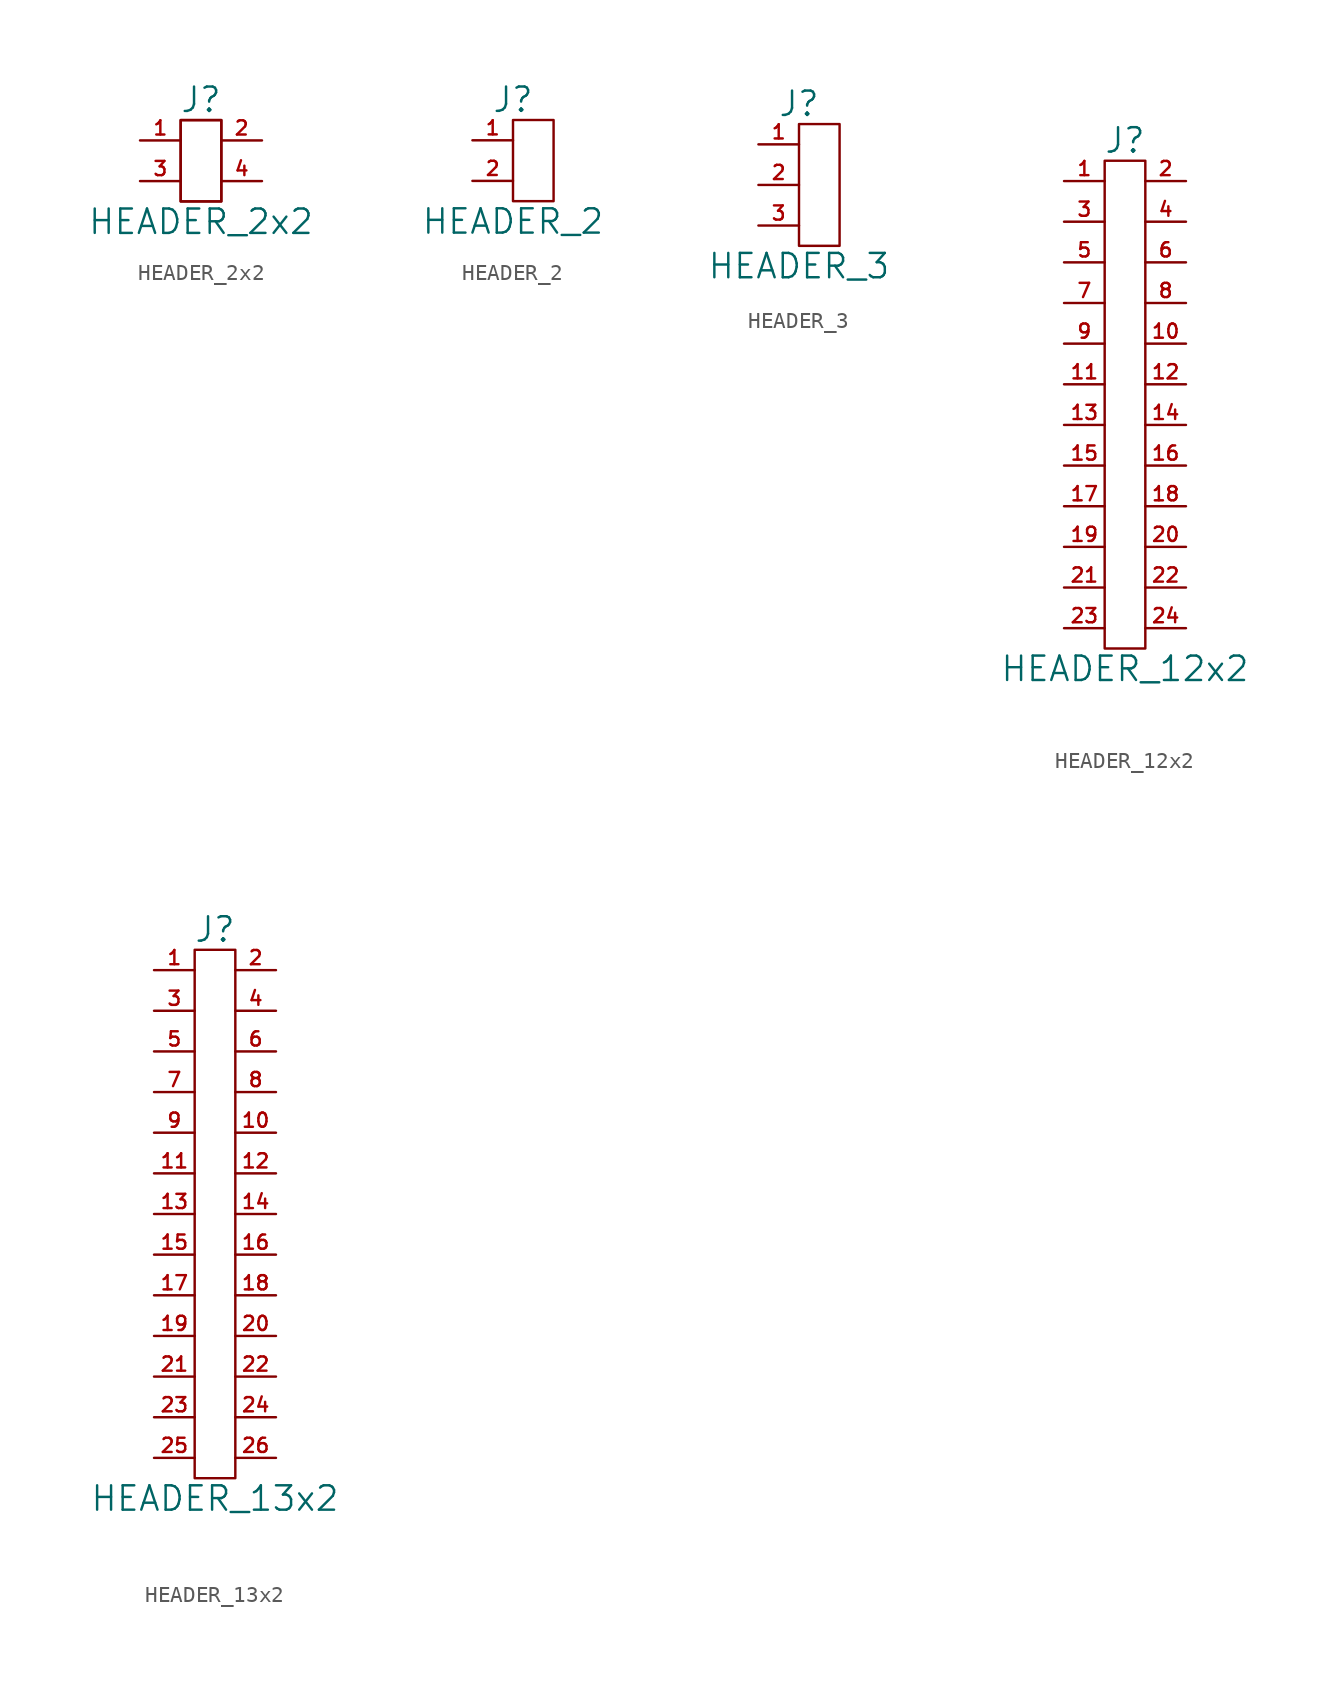
<source format=kicad_sym>
(kicad_symbol_lib
  (version 20211014)
  (generator kicad_symbol_editor)
  (symbol "HEADER_2x2"
    (pin_names
      (offset 0))
    (property "Reference" "J"
      (at 0 3.81 0)
      (effects (font (size 1.524 1.524))))
    (property "Value" "HEADER_2x2"
      (at 0 -3.81 0)
      (effects (font (size 1.524 1.524))))
    (property "Footprint" ""
      (at 0 0 0)
      (effects (font (size 1.524 1.524))))
    (property "Datasheet" ""
      (at 0 0 0)
      (effects (font (size 1.524 1.524))))
    (symbol "HEADER_2x2_0_1"
      (rectangle (start 1.27 2.54) (end -1.27 -2.54) (stroke (width 0) (type default) (color 0 0 0 0)) (fill (type none)))
      (rectangle (start 1.27 2.54) (end -1.27 -2.54) (stroke (width 0) (type default) (color 0 0 0 0)) (fill (type none))))
    (symbol "HEADER_2x2_1_1"
      (pin passive line (at -3.81 1.27 0) (length 2.54) (name "~" (effects (font (size 1.27 1.27)))) (number "1" (effects (font (size 0.889 0.889)))))
      (pin passive line (at 3.81 1.27 180) (length 2.54) (name "~" (effects (font (size 1.27 1.27)))) (number "2" (effects (font (size 0.889 0.889)))))
      (pin passive line (at -3.81 -1.27 0) (length 2.54) (name "~" (effects (font (size 1.27 1.27)))) (number "3" (effects (font (size 0.889 0.889)))))
      (pin passive line (at 3.81 -1.27 180) (length 2.54) (name "~" (effects (font (size 1.27 1.27)))) (number "4" (effects (font (size 0.889 0.889)))))))
  (symbol "HEADER_2"
    (pin_names
      (offset 0))
    (property "Reference" "J"
      (at 0 3.81 0)
      (effects (font (size 1.524 1.524))))
    (property "Value" "HEADER_2"
      (at 0 -3.81 0)
      (effects (font (size 1.524 1.524))))
    (property "Footprint" ""
      (at 0 0 0)
      (effects (font (size 1.524 1.524))))
    (property "Datasheet" ""
      (at 0 0 0)
      (effects (font (size 1.524 1.524))))
    (symbol "HEADER_2_0_1"
      (rectangle (start 2.54 2.54) (end 0 -2.54) (stroke (width 0) (type default) (color 0 0 0 0)) (fill (type none))))
    (symbol "HEADER_2_1_1"
      (pin passive line (at -2.54 1.27 0) (length 2.54) (name "~" (effects (font (size 1.27 1.27)))) (number "1" (effects (font (size 0.889 0.889)))))
      (pin passive line (at -2.54 -1.27 0) (length 2.54) (name "~" (effects (font (size 1.27 1.27)))) (number "2" (effects (font (size 0.889 0.889)))))))
  (symbol "HEADER_3"
    (pin_names
      (offset 0))
    (property "Reference" "J"
      (at 0 5.08 0)
      (effects (font (size 1.524 1.524))))
    (property "Value" "HEADER_3"
      (at 0 -5.08 0)
      (effects (font (size 1.524 1.524))))
    (property "Footprint" ""
      (at 0 0 0)
      (effects (font (size 1.524 1.524))))
    (property "Datasheet" ""
      (at 0 0 0)
      (effects (font (size 1.524 1.524))))
    (symbol "HEADER_3_0_1"
      (rectangle (start 2.54 3.81) (end 0 -3.81) (stroke (width 0) (type default) (color 0 0 0 0)) (fill (type none))))
    (symbol "HEADER_3_1_1"
      (pin passive line (at -2.54 2.54 0) (length 2.54) (name "~" (effects (font (size 1.27 1.27)))) (number "1" (effects (font (size 0.889 0.889)))))
      (pin passive line (at -2.54 0 0) (length 2.54) (name "~" (effects (font (size 1.27 1.27)))) (number "2" (effects (font (size 0.889 0.889)))))
      (pin passive line (at -2.54 -2.54 0) (length 2.54) (name "~" (effects (font (size 1.27 1.27)))) (number "3" (effects (font (size 0.889 0.889)))))))
  (symbol "HEADER_12x2"
    (pin_names
      (offset 0))
    (property "Reference" "J"
      (at 0 16.51 0)
      (effects (font (size 1.524 1.524))))
    (property "Value" "HEADER_12x2"
      (at 0 -16.51 0)
      (effects (font (size 1.524 1.524))))
    (property "Footprint" ""
      (at 0 -1.27 0)
      (effects (font (size 1.524 1.524))))
    (property "Datasheet" ""
      (at 0 -1.27 0)
      (effects (font (size 1.524 1.524))))
    (symbol "HEADER_12x2_0_1"
      (rectangle (start 1.27 -15.24) (end -1.27 15.24) (stroke (width 0) (type default) (color 0 0 0 0)) (fill (type none))))
    (symbol "HEADER_12x2_1_1"
      (pin passive line (at -3.81 13.97 0) (length 2.54) (name "~" (effects (font (size 0.889 0.889)))) (number "1" (effects (font (size 0.889 0.889)))))
      (pin passive line (at 3.81 3.81 180) (length 2.54) (name "~" (effects (font (size 1.27 1.27)))) (number "10" (effects (font (size 0.889 0.889)))))
      (pin passive line (at -3.81 1.27 0) (length 2.54) (name "~" (effects (font (size 1.27 1.27)))) (number "11" (effects (font (size 0.889 0.889)))))
      (pin passive line (at 3.81 1.27 180) (length 2.54) (name "~" (effects (font (size 1.27 1.27)))) (number "12" (effects (font (size 0.889 0.889)))))
      (pin passive line (at -3.81 -1.27 0) (length 2.54) (name "~" (effects (font (size 1.27 1.27)))) (number "13" (effects (font (size 0.889 0.889)))))
      (pin passive line (at 3.81 -1.27 180) (length 2.54) (name "~" (effects (font (size 1.27 1.27)))) (number "14" (effects (font (size 0.889 0.889)))))
      (pin passive line (at -3.81 -3.81 0) (length 2.54) (name "~" (effects (font (size 1.27 1.27)))) (number "15" (effects (font (size 0.889 0.889)))))
      (pin passive line (at 3.81 -3.81 180) (length 2.54) (name "~" (effects (font (size 1.27 1.27)))) (number "16" (effects (font (size 0.889 0.889)))))
      (pin passive line (at -3.81 -6.35 0) (length 2.54) (name "~" (effects (font (size 1.27 1.27)))) (number "17" (effects (font (size 0.889 0.889)))))
      (pin passive line (at 3.81 -6.35 180) (length 2.54) (name "~" (effects (font (size 1.27 1.27)))) (number "18" (effects (font (size 0.889 0.889)))))
      (pin passive line (at -3.81 -8.89 0) (length 2.54) (name "~" (effects (font (size 1.27 1.27)))) (number "19" (effects (font (size 0.889 0.889)))))
      (pin passive line (at 3.81 13.97 180) (length 2.54) (name "~" (effects (font (size 1.27 1.27)))) (number "2" (effects (font (size 0.889 0.889)))))
      (pin passive line (at 3.81 -8.89 180) (length 2.54) (name "~" (effects (font (size 1.27 1.27)))) (number "20" (effects (font (size 0.889 0.889)))))
      (pin passive line (at -3.81 -11.43 0) (length 2.54) (name "~" (effects (font (size 1.27 1.27)))) (number "21" (effects (font (size 0.889 0.889)))))
      (pin passive line (at 3.81 -11.43 180) (length 2.54) (name "~" (effects (font (size 1.27 1.27)))) (number "22" (effects (font (size 0.889 0.889)))))
      (pin passive line (at -3.81 -13.97 0) (length 2.54) (name "~" (effects (font (size 1.27 1.27)))) (number "23" (effects (font (size 0.889 0.889)))))
      (pin passive line (at 3.81 -13.97 180) (length 2.54) (name "~" (effects (font (size 1.27 1.27)))) (number "24" (effects (font (size 0.889 0.889)))))
      (pin passive line (at -3.81 11.43 0) (length 2.54) (name "~" (effects (font (size 1.27 1.27)))) (number "3" (effects (font (size 0.889 0.889)))))
      (pin passive line (at 3.81 11.43 180) (length 2.54) (name "~" (effects (font (size 1.27 1.27)))) (number "4" (effects (font (size 0.889 0.889)))))
      (pin passive line (at -3.81 8.89 0) (length 2.54) (name "~" (effects (font (size 1.27 1.27)))) (number "5" (effects (font (size 0.889 0.889)))))
      (pin passive line (at 3.81 8.89 180) (length 2.54) (name "~" (effects (font (size 1.27 1.27)))) (number "6" (effects (font (size 0.889 0.889)))))
      (pin passive line (at -3.81 6.35 0) (length 2.54) (name "~" (effects (font (size 1.27 1.27)))) (number "7" (effects (font (size 0.889 0.889)))))
      (pin passive line (at 3.81 6.35 180) (length 2.54) (name "~" (effects (font (size 1.27 1.27)))) (number "8" (effects (font (size 0.889 0.889)))))
      (pin passive line (at -3.81 3.81 0) (length 2.54) (name "~" (effects (font (size 1.27 1.27)))) (number "9" (effects (font (size 0.889 0.889)))))))
  (symbol "HEADER_13x2"
    (pin_names
      (offset 0))
    (property "Reference" "J"
      (at 0 17.78 0)
      (effects (font (size 1.524 1.524))))
    (property "Value" "HEADER_13x2"
      (at 0 -17.78 0)
      (effects (font (size 1.524 1.524))))
    (property "Footprint" ""
      (at 0 0 0)
      (effects (font (size 1.524 1.524))))
    (property "Datasheet" ""
      (at 0 0 0)
      (effects (font (size 1.524 1.524))))
    (symbol "HEADER_13x2_0_1"
      (rectangle (start 1.27 16.51) (end -1.27 -16.51) (stroke (width 0) (type default) (color 0 0 0 0)) (fill (type none))))
    (symbol "HEADER_13x2_1_1"
      (pin passive line (at -3.81 15.24 0) (length 2.54) (name "~" (effects (font (size 0.889 0.889)))) (number "1" (effects (font (size 0.889 0.889)))))
      (pin passive line (at 3.81 5.08 180) (length 2.54) (name "~" (effects (font (size 1.27 1.27)))) (number "10" (effects (font (size 0.889 0.889)))))
      (pin passive line (at -3.81 2.54 0) (length 2.54) (name "~" (effects (font (size 1.27 1.27)))) (number "11" (effects (font (size 0.889 0.889)))))
      (pin passive line (at 3.81 2.54 180) (length 2.54) (name "~" (effects (font (size 1.27 1.27)))) (number "12" (effects (font (size 0.889 0.889)))))
      (pin passive line (at -3.81 0 0) (length 2.54) (name "~" (effects (font (size 1.27 1.27)))) (number "13" (effects (font (size 0.889 0.889)))))
      (pin passive line (at 3.81 0 180) (length 2.54) (name "~" (effects (font (size 1.27 1.27)))) (number "14" (effects (font (size 0.889 0.889)))))
      (pin passive line (at -3.81 -2.54 0) (length 2.54) (name "~" (effects (font (size 1.27 1.27)))) (number "15" (effects (font (size 0.889 0.889)))))
      (pin passive line (at 3.81 -2.54 180) (length 2.54) (name "~" (effects (font (size 1.27 1.27)))) (number "16" (effects (font (size 0.889 0.889)))))
      (pin passive line (at -3.81 -5.08 0) (length 2.54) (name "~" (effects (font (size 1.27 1.27)))) (number "17" (effects (font (size 0.889 0.889)))))
      (pin passive line (at 3.81 -5.08 180) (length 2.54) (name "~" (effects (font (size 1.27 1.27)))) (number "18" (effects (font (size 0.889 0.889)))))
      (pin passive line (at -3.81 -7.62 0) (length 2.54) (name "~" (effects (font (size 1.27 1.27)))) (number "19" (effects (font (size 0.889 0.889)))))
      (pin passive line (at 3.81 15.24 180) (length 2.54) (name "~" (effects (font (size 1.27 1.27)))) (number "2" (effects (font (size 0.889 0.889)))))
      (pin passive line (at 3.81 -7.62 180) (length 2.54) (name "~" (effects (font (size 1.27 1.27)))) (number "20" (effects (font (size 0.889 0.889)))))
      (pin passive line (at -3.81 -10.16 0) (length 2.54) (name "~" (effects (font (size 1.27 1.27)))) (number "21" (effects (font (size 0.889 0.889)))))
      (pin passive line (at 3.81 -10.16 180) (length 2.54) (name "~" (effects (font (size 1.27 1.27)))) (number "22" (effects (font (size 0.889 0.889)))))
      (pin passive line (at -3.81 -12.7 0) (length 2.54) (name "~" (effects (font (size 1.27 1.27)))) (number "23" (effects (font (size 0.889 0.889)))))
      (pin passive line (at 3.81 -12.7 180) (length 2.54) (name "~" (effects (font (size 1.27 1.27)))) (number "24" (effects (font (size 0.889 0.889)))))
      (pin passive line (at -3.81 -15.24 0) (length 2.54) (name "~" (effects (font (size 1.27 1.27)))) (number "25" (effects (font (size 0.889 0.889)))))
      (pin passive line (at 3.81 -15.24 180) (length 2.54) (name "~" (effects (font (size 1.27 1.27)))) (number "26" (effects (font (size 0.889 0.889)))))
      (pin passive line (at -3.81 12.7 0) (length 2.54) (name "~" (effects (font (size 1.27 1.27)))) (number "3" (effects (font (size 0.889 0.889)))))
      (pin passive line (at 3.81 12.7 180) (length 2.54) (name "~" (effects (font (size 1.27 1.27)))) (number "4" (effects (font (size 0.889 0.889)))))
      (pin passive line (at -3.81 10.16 0) (length 2.54) (name "~" (effects (font (size 1.27 1.27)))) (number "5" (effects (font (size 0.889 0.889)))))
      (pin passive line (at 3.81 10.16 180) (length 2.54) (name "~" (effects (font (size 1.27 1.27)))) (number "6" (effects (font (size 0.889 0.889)))))
      (pin passive line (at -3.81 7.62 0) (length 2.54) (name "~" (effects (font (size 1.27 1.27)))) (number "7" (effects (font (size 0.889 0.889)))))
      (pin passive line (at 3.81 7.62 180) (length 2.54) (name "~" (effects (font (size 1.27 1.27)))) (number "8" (effects (font (size 0.889 0.889)))))
      (pin passive line (at -3.81 5.08 0) (length 2.54) (name "~" (effects (font (size 1.27 1.27)))) (number "9" (effects (font (size 0.889 0.889))))))))
</source>
